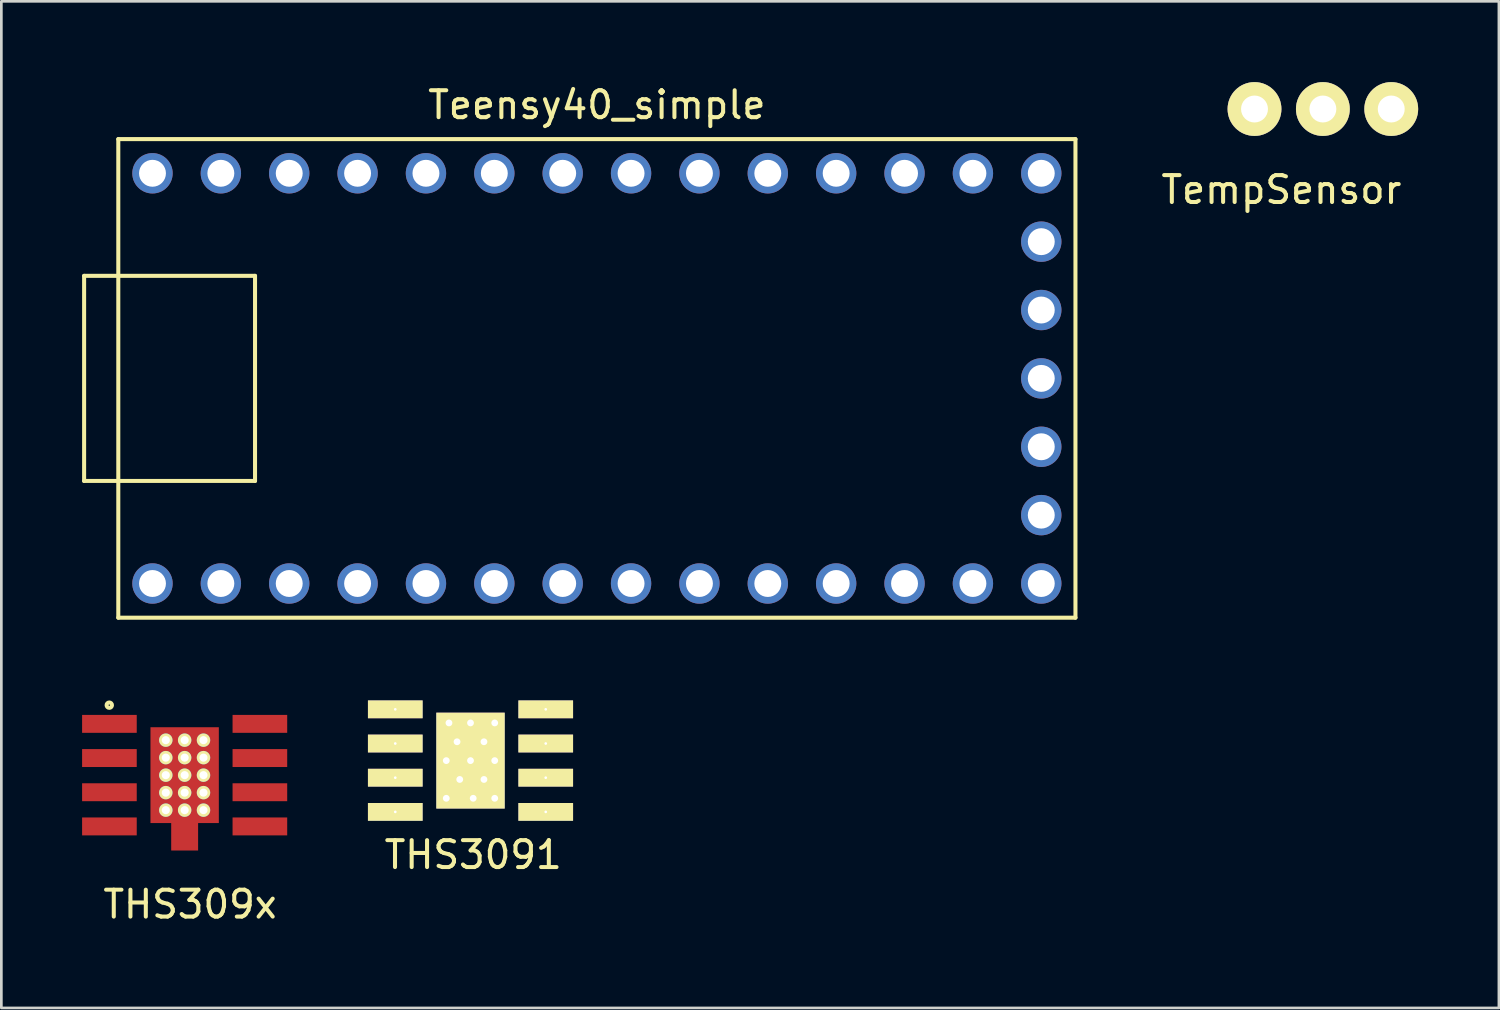
<source format=kicad_pcb>
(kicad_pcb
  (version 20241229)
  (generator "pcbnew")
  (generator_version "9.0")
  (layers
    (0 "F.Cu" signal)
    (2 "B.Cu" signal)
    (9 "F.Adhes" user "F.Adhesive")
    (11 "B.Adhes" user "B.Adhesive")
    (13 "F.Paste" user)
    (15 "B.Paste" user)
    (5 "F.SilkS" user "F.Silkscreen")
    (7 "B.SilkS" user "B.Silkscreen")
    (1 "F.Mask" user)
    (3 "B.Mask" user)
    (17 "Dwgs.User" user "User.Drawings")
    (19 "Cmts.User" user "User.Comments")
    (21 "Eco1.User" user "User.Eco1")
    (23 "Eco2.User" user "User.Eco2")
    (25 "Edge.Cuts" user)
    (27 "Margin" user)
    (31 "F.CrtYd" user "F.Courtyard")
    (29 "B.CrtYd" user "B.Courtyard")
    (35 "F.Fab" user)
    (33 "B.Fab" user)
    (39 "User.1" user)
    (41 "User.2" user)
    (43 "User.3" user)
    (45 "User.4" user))
  (footprint "THS3091"
    (layer "F.Cu")
    (at 14.43 25.208)
    (property "Reference" "THS3091" (at 0.1 3.5 0) (layer "F.SilkS") (effects (font (size 1 1) (thickness 0.15))))
    (attr through_hole)
    (pad "1" thru_hole rect (at -2.795 -1.905) (size 2.03 0.66) (drill 0.1) (layers "*.Cu" "*.Mask" "F.SilkS"))
    (pad "2" thru_hole rect (at -2.795 -0.635) (size 2.03 0.66) (drill 0.1) (layers "*.Cu" "*.Mask" "F.SilkS"))
    (pad "3" thru_hole rect (at -2.795 0.635) (size 2.03 0.66) (drill 0.1) (layers "*.Cu" "*.Mask" "F.SilkS"))
    (pad "4" thru_hole rect (at -2.795 1.905) (size 2.03 0.66) (drill 0.1) (layers "*.Cu" "*.Mask" "F.SilkS"))
    (pad "5" thru_hole rect (at 2.795 1.905) (size 2.03 0.66) (drill 0.1) (layers "*.Cu" "*.Mask" "F.SilkS"))
    (pad "6" thru_hole rect (at 2.795 0.635) (size 2.03 0.66) (drill 0.1) (layers "*.Cu" "*.Mask" "F.SilkS"))
    (pad "7" thru_hole rect (at 2.795 -0.635) (size 2.03 0.66) (drill 0.1) (layers "*.Cu" "*.Mask" "F.SilkS"))
    (pad "8" thru_hole rect (at 2.795 -1.905) (size 2.03 0.66) (drill 0.1) (layers "*.Cu" "*.Mask" "F.SilkS"))
    (pad "9" thru_hole circle (at -0.8 -1.4) (size 0.5 0.5) (drill 0.254) (layers "*.Cu" "*.Mask" "F.SilkS"))
    (pad "9" thru_hole rect (at 0 0) (size 2.54 3.56) (drill 0.1) (layers "*.Cu" "*.Mask" "F.SilkS"))
    (pad "10" thru_hole circle (at 0 -1.4) (size 0.5 0.5) (drill 0.254) (layers "*.Cu" "*.Mask" "F.SilkS"))
    (pad "11" thru_hole circle (at 0.9 -1.4) (size 0.5 0.5) (drill 0.254) (layers "*.Cu" "*.Mask" "F.SilkS"))
    (pad "12" thru_hole circle (at 0.5 -0.7) (size 0.5 0.5) (drill 0.254) (layers "*.Cu" "*.Mask" "F.SilkS"))
    (pad "13" thru_hole circle (at -0.5 -0.7) (size 0.5 0.5) (drill 0.254) (layers "*.Cu" "*.Mask" "F.SilkS"))
    (pad "14" thru_hole circle (at -0.9 0) (size 0.5 0.5) (drill 0.254) (layers "*.Cu" "*.Mask" "F.SilkS"))
    (pad "15" thru_hole circle (at 0 0) (size 0.5 0.5) (drill 0.254) (layers "*.Cu" "*.Mask" "F.SilkS"))
    (pad "16" thru_hole circle (at 0.9 0) (size 0.5 0.5) (drill 0.254) (layers "*.Cu" "*.Mask" "F.SilkS"))
    (pad "17" thru_hole circle (at -0.4 0.7) (size 0.5 0.5) (drill 0.254) (layers "*.Cu" "*.Mask" "F.SilkS"))
    (pad "18" thru_hole circle (at 0.5 0.7) (size 0.5 0.5) (drill 0.254) (layers "*.Cu" "*.Mask" "F.SilkS"))
    (pad "19" thru_hole circle (at -0.9 1.4) (size 0.5 0.5) (drill 0.254) (layers "*.Cu" "*.Mask" "F.SilkS"))
    (pad "20" thru_hole circle (at 0.1 1.4) (size 0.5 0.5) (drill 0.254) (layers "*.Cu" "*.Mask" "F.SilkS"))
    (pad "21" thru_hole circle (at 0.9 1.4) (size 0.5 0.5) (drill 0.254) (layers "*.Cu" "*.Mask" "F.SilkS")))
  (footprint "Teensy40_simple"
    (layer "F.Cu")
    (at 19.125 11.008)
    (property "Reference" "Teensy40_simple" (at 0 -10.16 0) (layer "F.SilkS") (effects (font (size 1 1) (thickness 0.15))))
    (attr through_hole)
    (fp_line (start -19.05 -3.81) (end -17.78 -3.81) (stroke (width 0.15) (type solid)) (layer "F.SilkS"))
    (fp_line (start -19.05 3.81) (end -19.05 -3.81) (stroke (width 0.15) (type solid)) (layer "F.SilkS"))
    (fp_line (start -17.78 -8.89) (end 17.78 -8.89) (stroke (width 0.15) (type solid)) (layer "F.SilkS"))
    (fp_line (start -17.78 3.81) (end -19.05 3.81) (stroke (width 0.15) (type solid)) (layer "F.SilkS"))
    (fp_line (start -17.78 8.89) (end -17.78 -8.89) (stroke (width 0.15) (type solid)) (layer "F.SilkS"))
    (fp_line (start -12.7 -3.81) (end -17.78 -3.81) (stroke (width 0.15) (type solid)) (layer "F.SilkS"))
    (fp_line (start -12.7 3.81) (end -17.78 3.81) (stroke (width 0.15) (type solid)) (layer "F.SilkS"))
    (fp_line (start -12.7 3.81) (end -12.7 -3.81) (stroke (width 0.15) (type solid)) (layer "F.SilkS"))
    (fp_line (start 17.78 -8.89) (end 17.78 8.89) (stroke (width 0.15) (type solid)) (layer "F.SilkS"))
    (fp_line (start 17.78 8.89) (end -17.78 8.89) (stroke (width 0.15) (type solid)) (layer "F.SilkS"))
    (pad "-1" thru_hole circle (at -16.51 7.62) (size 1.5 1.5) (drill 1) (layers "*.Cu" "*.Mask"))
    (pad "0" thru_hole circle (at -13.97 7.62) (size 1.5 1.5) (drill 1) (layers "*.Cu" "*.Mask"))
    (pad "1" thru_hole circle (at -11.43 7.62) (size 1.5 1.5) (drill 1) (layers "*.Cu" "*.Mask"))
    (pad "2" thru_hole circle (at -8.89 7.62) (size 1.5 1.5) (drill 1) (layers "*.Cu" "*.Mask"))
    (pad "3" thru_hole circle (at -6.35 7.62) (size 1.5 1.5) (drill 1) (layers "*.Cu" "*.Mask"))
    (pad "4" thru_hole circle (at -3.81 7.62) (size 1.5 1.5) (drill 1) (layers "*.Cu" "*.Mask"))
    (pad "5" thru_hole circle (at -1.27 7.62) (size 1.5 1.5) (drill 1) (layers "*.Cu" "*.Mask"))
    (pad "6" thru_hole circle (at 1.27 7.62) (size 1.5 1.5) (drill 1) (layers "*.Cu" "*.Mask"))
    (pad "7" thru_hole circle (at 3.81 7.62) (size 1.5 1.5) (drill 1) (layers "*.Cu" "*.Mask"))
    (pad "8" thru_hole circle (at 6.35 7.62) (size 1.5 1.5) (drill 1) (layers "*.Cu" "*.Mask"))
    (pad "9" thru_hole circle (at 8.89 7.62) (size 1.5 1.5) (drill 1) (layers "*.Cu" "*.Mask"))
    (pad "10" thru_hole circle (at 11.43 7.62) (size 1.5 1.5) (drill 1) (layers "*.Cu" "*.Mask"))
    (pad "11" thru_hole circle (at 13.97 7.62) (size 1.5 1.5) (drill 1) (layers "*.Cu" "*.Mask"))
    (pad "12" thru_hole circle (at 16.51 7.62) (size 1.5 1.5) (drill 1) (layers "*.Cu" "*.Mask"))
    (pad "13" thru_hole circle (at 16.51 5.08) (size 1.5 1.5) (drill 1) (layers "*.Cu" "*.Mask"))
    (pad "14" thru_hole circle (at 16.51 2.54) (size 1.5 1.5) (drill 1) (layers "*.Cu" "*.Mask"))
    (pad "15" thru_hole circle (at 16.51 0) (size 1.5 1.5) (drill 1) (layers "*.Cu" "*.Mask"))
    (pad "16" thru_hole circle (at 16.51 -2.54) (size 1.5 1.5) (drill 1) (layers "*.Cu" "*.Mask"))
    (pad "17" thru_hole circle (at 16.51 -5.08) (size 1.5 1.5) (drill 1) (layers "*.Cu" "*.Mask"))
    (pad "18" thru_hole circle (at 16.51 -7.62) (size 1.5 1.5) (drill 1) (layers "*.Cu" "*.Mask"))
    (pad "19" thru_hole circle (at 13.97 -7.62) (size 1.5 1.5) (drill 1) (layers "*.Cu" "*.Mask"))
    (pad "20" thru_hole circle (at 11.43 -7.62) (size 1.5 1.5) (drill 1) (layers "*.Cu" "*.Mask"))
    (pad "21" thru_hole circle (at 8.89 -7.62) (size 1.5 1.5) (drill 1) (layers "*.Cu" "*.Mask"))
    (pad "22" thru_hole circle (at 6.35 -7.62) (size 1.5 1.5) (drill 1) (layers "*.Cu" "*.Mask"))
    (pad "23" thru_hole circle (at 3.81 -7.62) (size 1.5 1.5) (drill 1) (layers "*.Cu" "*.Mask"))
    (pad "24" thru_hole circle (at 1.27 -7.62) (size 1.5 1.5) (drill 1) (layers "*.Cu" "*.Mask"))
    (pad "25" thru_hole circle (at -1.27 -7.62) (size 1.5 1.5) (drill 1) (layers "*.Cu" "*.Mask"))
    (pad "26" thru_hole circle (at -3.81 -7.62) (size 1.5 1.5) (drill 1) (layers "*.Cu" "*.Mask"))
    (pad "27" thru_hole circle (at -6.35 -7.62) (size 1.5 1.5) (drill 1) (layers "*.Cu" "*.Mask"))
    (pad "28" thru_hole circle (at -8.89 -7.62) (size 1.5 1.5) (drill 1) (layers "*.Cu" "*.Mask"))
    (pad "29" thru_hole circle (at -11.43 -7.62) (size 1.5 1.5) (drill 1) (layers "*.Cu" "*.Mask"))
    (pad "30" thru_hole circle (at -13.97 -7.62) (size 1.5 1.5) (drill 1) (layers "*.Cu" "*.Mask"))
    (pad "31" thru_hole circle (at -16.51 -7.62) (size 1.5 1.5) (drill 1) (layers "*.Cu" "*.Mask")))
  (footprint "TempSensor"
    (layer "F.Cu")
    (at 43.557 1)
    (property "Reference" "TempSensor" (at 1 3 0) (layer "F.SilkS") (effects (font (size 1 1) (thickness 0.15))))
    (attr through_hole)
    (pad "1" thru_hole circle (at 0 0) (size 2 2) (drill 1) (layers "*.Cu" "*.Mask" "F.SilkS"))
    (pad "2" thru_hole circle (at 2.54 0) (size 2 2) (drill 1) (layers "*.Cu" "*.Mask" "F.SilkS"))
    (pad "3" thru_hole circle (at 5.08 0) (size 2 2) (drill 1) (layers "*.Cu" "*.Mask" "F.SilkS")))
  (footprint "THS309x"
    (layer "F.Cu")
    (at 3.81 25.748)
    (property "Reference" "THS309x" (at 0.2 4.8 0) (layer "F.SilkS") (effects (font (size 1 1) (thickness 0.15))))
    (attr through_hole)
    (fp_circle (center -2.8 -2.6) (end -2.7 -2.6) (stroke (width 0.15) (type solid)) (fill no) (layer "F.SilkS"))
    (pad "0" thru_hole circle (at -0.7 -1.3) (size 0.5 0.5) (drill 0.3) (layers "*.Cu" "*.Mask" "F.SilkS"))
    (pad "0" thru_hole circle (at -0.7 -0.65) (size 0.5 0.5) (drill 0.3) (layers "*.Cu" "*.Mask" "F.SilkS"))
    (pad "0" thru_hole circle (at -0.7 0) (size 0.5 0.5) (drill 0.3) (layers "*.Cu" "*.Mask" "F.SilkS"))
    (pad "0" thru_hole circle (at -0.7 0.65) (size 0.5 0.5) (drill 0.3) (layers "*.Cu" "*.Mask" "F.SilkS"))
    (pad "0" thru_hole circle (at -0.7 1.3) (size 0.5 0.5) (drill 0.3) (layers "*.Cu" "*.Mask" "F.SilkS"))
    (pad "0" thru_hole circle (at 0 -1.3) (size 0.5 0.5) (drill 0.3) (layers "*.Cu" "*.Mask" "F.SilkS"))
    (pad "0" thru_hole circle (at 0 -0.65) (size 0.5 0.5) (drill 0.3) (layers "*.Cu" "*.Mask" "F.SilkS"))
    (pad "0" thru_hole circle (at 0 0) (size 0.5 0.5) (drill 0.3) (layers "*.Cu" "*.Mask" "F.SilkS"))
    (pad "0" smd rect (at 0 0) (size 2.54 3.56) (layers "F.Cu" "F.Mask" "F.Paste"))
    (pad "0" thru_hole circle (at 0 0.65) (size 0.5 0.5) (drill 0.3) (layers "*.Cu" "*.Mask" "F.SilkS"))
    (pad "0" thru_hole circle (at 0 1.3) (size 0.5 0.5) (drill 0.3) (layers "*.Cu" "*.Mask" "F.SilkS"))
    (pad "0" smd rect (at 0 1.8) (size 1 2) (layers "F.Cu" "F.Mask" "F.Paste"))
    (pad "0" thru_hole circle (at 0.7 -1.3) (size 0.5 0.5) (drill 0.3) (layers "*.Cu" "*.Mask" "F.SilkS"))
    (pad "0" thru_hole circle (at 0.7 -0.65) (size 0.5 0.5) (drill 0.3) (layers "*.Cu" "*.Mask" "F.SilkS"))
    (pad "0" thru_hole circle (at 0.7 0) (size 0.5 0.5) (drill 0.3) (layers "*.Cu" "*.Mask" "F.SilkS"))
    (pad "0" thru_hole circle (at 0.7 0.65) (size 0.5 0.5) (drill 0.3) (layers "*.Cu" "*.Mask" "F.SilkS"))
    (pad "0" thru_hole circle (at 0.7 1.3) (size 0.5 0.5) (drill 0.3) (layers "*.Cu" "*.Mask" "F.SilkS"))
    (pad "1" smd rect (at -2.795 -1.905) (size 2.03 0.666) (layers "F.Cu" "F.Mask" "F.Paste"))
    (pad "2" smd rect (at -2.795 -0.635) (size 2.03 0.666) (layers "F.Cu" "F.Mask" "F.Paste"))
    (pad "3" smd rect (at -2.795 0.635) (size 2.03 0.666) (layers "F.Cu" "F.Mask" "F.Paste"))
    (pad "4" smd rect (at -2.795 1.905) (size 2.03 0.666) (layers "F.Cu" "F.Mask" "F.Paste"))
    (pad "5" smd rect (at 2.795 1.905) (size 2.03 0.666) (layers "F.Cu" "F.Mask" "F.Paste"))
    (pad "6" smd rect (at 2.795 0.635) (size 2.03 0.666) (layers "F.Cu" "F.Mask" "F.Paste"))
    (pad "7" smd rect (at 2.795 -0.635) (size 2.03 0.666) (layers "F.Cu" "F.Mask" "F.Paste"))
    (pad "8" smd rect (at 2.795 -1.905) (size 2.03 0.666) (layers "F.Cu" "F.Mask" "F.Paste")))
  (gr_rect
    (start -3 -3)
    (end 52.637 34.397)
    (stroke (width 0.1) (type default))
    (fill no)
    (layer "Edge.Cuts")))
</source>
